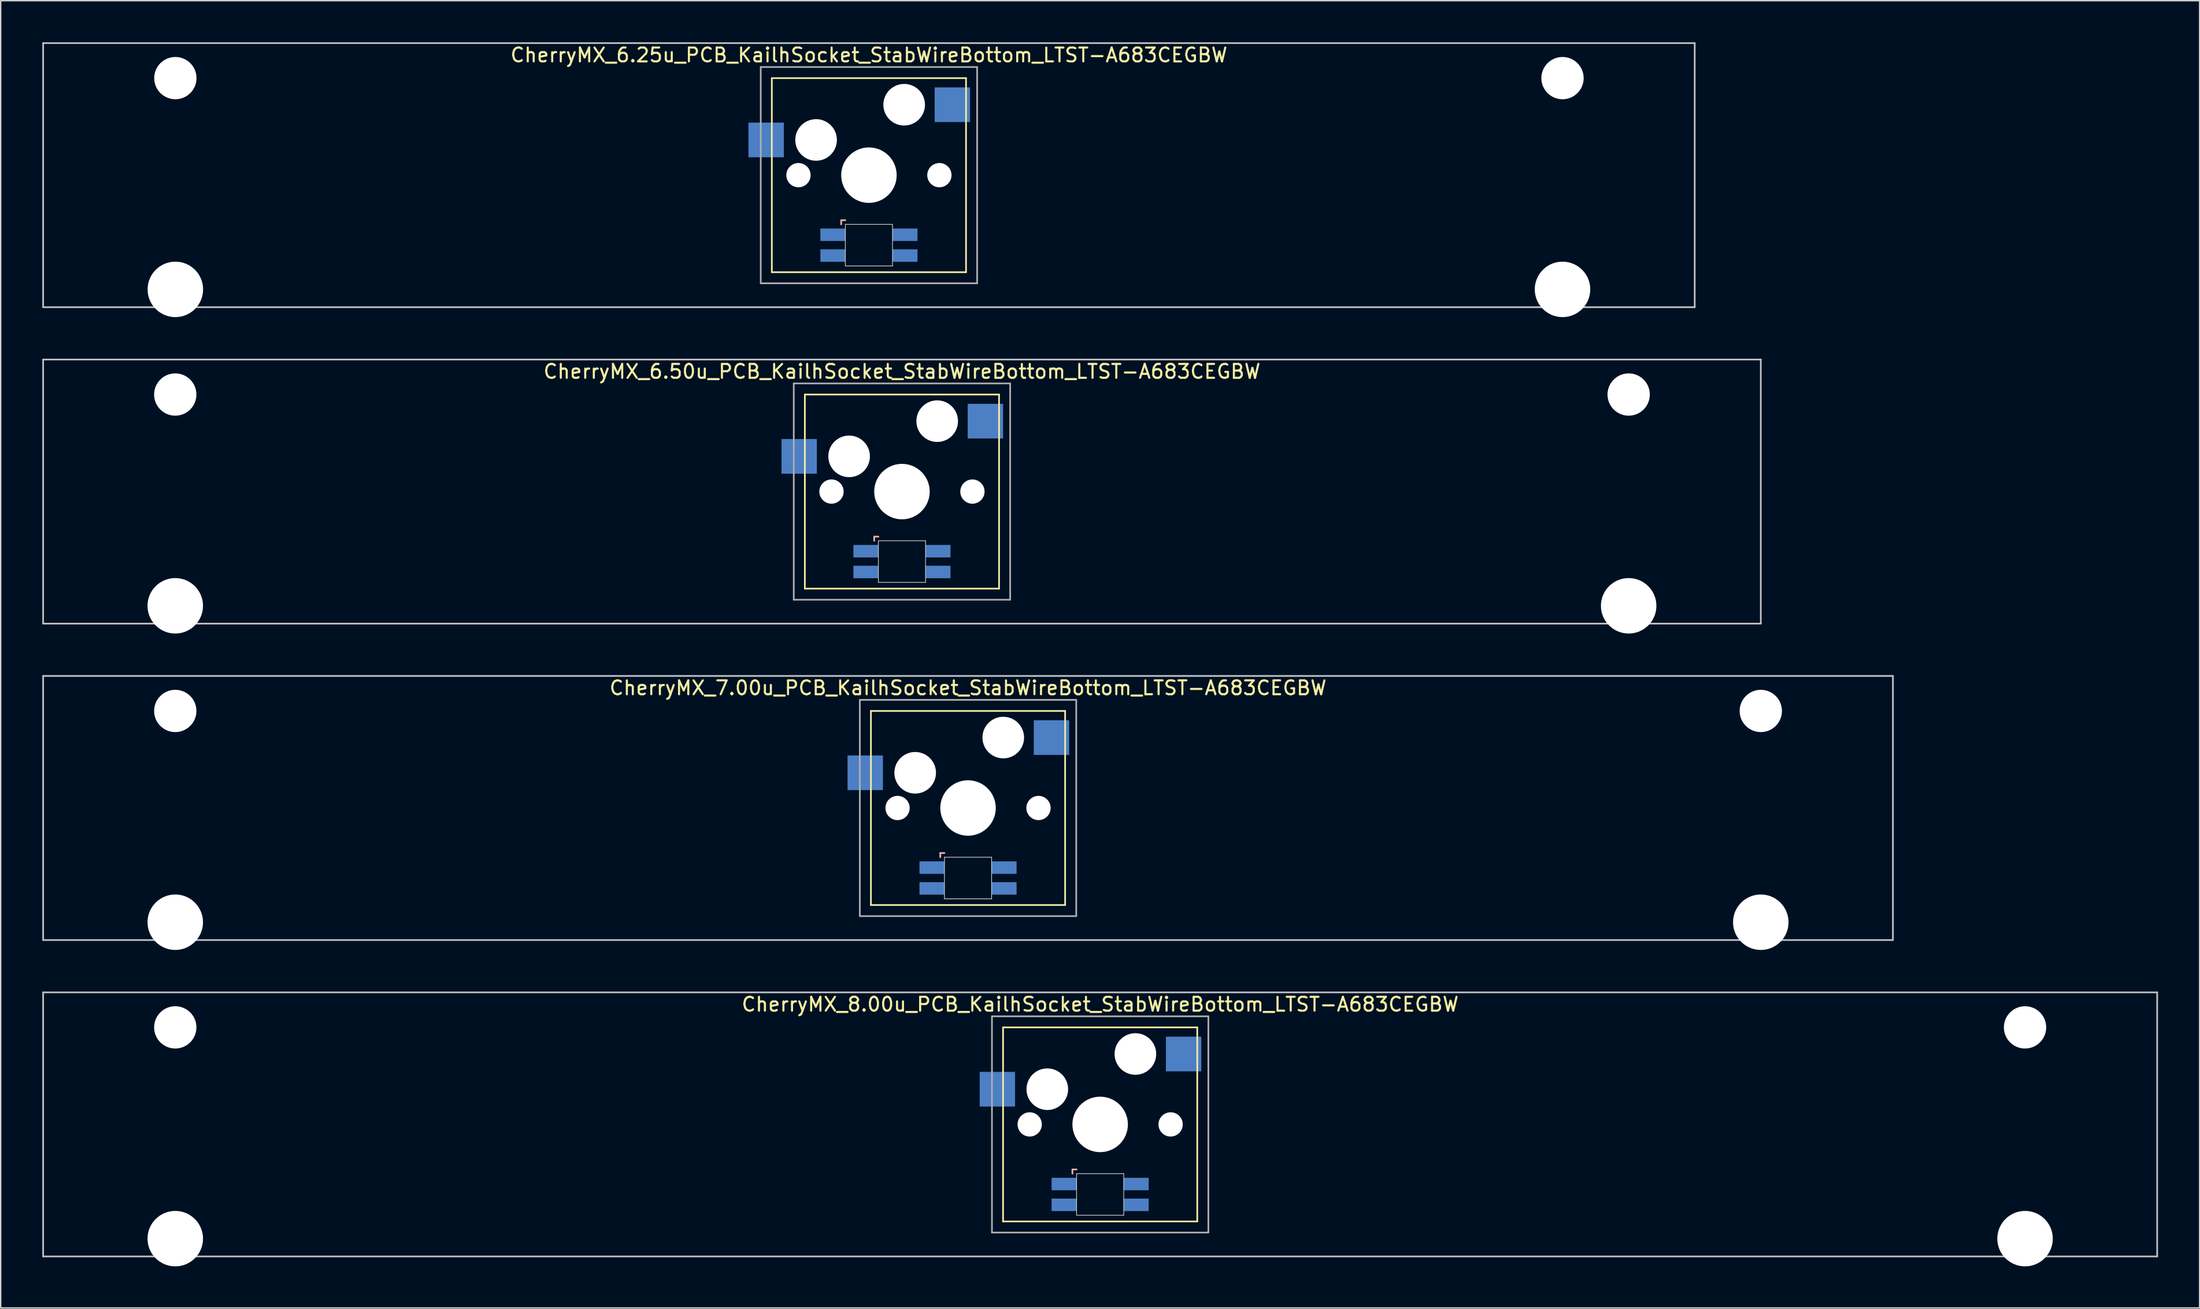
<source format=kicad_pcb>
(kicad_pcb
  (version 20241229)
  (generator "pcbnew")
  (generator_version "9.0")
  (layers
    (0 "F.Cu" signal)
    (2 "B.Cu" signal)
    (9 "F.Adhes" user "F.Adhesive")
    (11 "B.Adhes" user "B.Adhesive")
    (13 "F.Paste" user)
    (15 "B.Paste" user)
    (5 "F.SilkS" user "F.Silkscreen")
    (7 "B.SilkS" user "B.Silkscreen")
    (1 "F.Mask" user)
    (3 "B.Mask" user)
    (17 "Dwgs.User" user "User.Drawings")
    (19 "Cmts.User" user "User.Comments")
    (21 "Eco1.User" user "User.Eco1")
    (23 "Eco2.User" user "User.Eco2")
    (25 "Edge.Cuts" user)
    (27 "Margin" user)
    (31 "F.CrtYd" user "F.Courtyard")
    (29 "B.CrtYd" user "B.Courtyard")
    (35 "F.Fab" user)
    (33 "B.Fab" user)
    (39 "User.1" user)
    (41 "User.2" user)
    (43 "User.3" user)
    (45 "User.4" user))
  (footprint "CherryMX_8.00u_PCB_KailhSocket_StabWireBottom_LTST-A683CEGBW"
    (layer "F.Cu")
    (at 76.26 78.06)
    (property "Reference" "CherryMX_8.00u_PCB_KailhSocket_StabWireBottom_LTST-A683CEGBW" (at 0 -8.662 0) (layer "F.SilkS") (effects (font (size 1 1) (thickness 0.15))))
    (attr through_hole)
    (fp_line (start -7 -7) (end -7 7) (stroke (width 0.12) (type solid)) (layer "F.SilkS"))
    (fp_line (start -7 -7) (end 7 -7) (stroke (width 0.12) (type solid)) (layer "F.SilkS"))
    (fp_line (start 7 -7) (end 7 7) (stroke (width 0.12) (type solid)) (layer "F.SilkS"))
    (fp_line (start 7 7) (end -7 7) (stroke (width 0.12) (type solid)) (layer "F.SilkS"))
    (fp_line (start -2 3.25) (end -2 3.55) (stroke (width 0.12) (type solid)) (layer "B.SilkS"))
    (fp_line (start -1.7 3.25) (end -2 3.25) (stroke (width 0.12) (type solid)) (layer "B.SilkS"))
    (fp_line (start -76.2 -9.525) (end 76.2 -9.525) (stroke (width 0.12) (type solid)) (layer "Dwgs.User"))
    (fp_line (start -76.2 9.525) (end -76.2 -9.525) (stroke (width 0.12) (type solid)) (layer "Dwgs.User"))
    (fp_line (start 76.2 -9.525) (end 76.2 9.525) (stroke (width 0.12) (type solid)) (layer "Dwgs.User"))
    (fp_line (start 76.2 9.525) (end -76.2 9.525) (stroke (width 0.12) (type solid)) (layer "Dwgs.User"))
    (fp_line (start -1.7 3.55) (end 1.7 3.55) (stroke (width 0.05) (type solid)) (layer "Edge.Cuts"))
    (fp_line (start -1.7 6.55) (end -1.7 3.55) (stroke (width 0.05) (type solid)) (layer "Edge.Cuts"))
    (fp_line (start 1.7 3.55) (end 1.7 6.55) (stroke (width 0.05) (type solid)) (layer "Edge.Cuts"))
    (fp_line (start 1.7 6.55) (end -1.7 6.55) (stroke (width 0.05) (type solid)) (layer "Edge.Cuts"))
    (fp_line (start -7.8 -7.8) (end -7.8 7.8) (stroke (width 0.12) (type solid)) (layer "F.Fab"))
    (fp_line (start -7.8 -7.8) (end 7.8 -7.8) (stroke (width 0.12) (type solid)) (layer "F.Fab"))
    (fp_line (start -7.8 7.8) (end 7.8 7.8) (stroke (width 0.12) (type solid)) (layer "F.Fab"))
    (fp_line (start 7.8 -7.8) (end 7.8 7.8) (stroke (width 0.12) (type solid)) (layer "F.Fab"))
    (pad "" np_thru_hole circle (at -66.675 -7) (size 3.05 3.05) (drill 3.05) (layers "*.Cu" "*.Mask"))
    (pad "" np_thru_hole circle (at -66.675 8.24) (size 4 4) (drill 4) (layers "*.Cu" "*.Mask"))
    (pad "" np_thru_hole circle (at -5.08 0) (size 1.75 1.75) (drill 1.75) (layers "*.Cu" "*.Mask"))
    (pad "" np_thru_hole circle (at -3.81 -2.54) (size 3 3) (drill 3) (layers "*.Cu" "*.Mask"))
    (pad "" np_thru_hole circle (at 0 0) (size 4 4) (drill 4) (layers "*.Cu" "*.Mask"))
    (pad "" np_thru_hole circle (at 2.54 -5.08) (size 3 3) (drill 3) (layers "*.Cu" "*.Mask"))
    (pad "" np_thru_hole circle (at 5.08 0) (size 1.75 1.75) (drill 1.75) (layers "*.Cu" "*.Mask"))
    (pad "" np_thru_hole circle (at 66.675 -7) (size 3.05 3.05) (drill 3.05) (layers "*.Cu" "*.Mask"))
    (pad "" np_thru_hole circle (at 66.675 8.24) (size 4 4) (drill 4) (layers "*.Cu" "*.Mask"))
    (pad "1" smd rect (at -7.41 -2.54) (size 2.55 2.5) (layers "B.Cu" "B.Mask" "B.Paste"))
    (pad "2" smd rect (at 6.015 -5.08) (size 2.55 2.5) (layers "B.Cu" "B.Mask" "B.Paste"))
    (pad "3" smd rect (at -2.6 4.3) (size 1.8 0.9) (layers "B.Cu" "B.Mask" "B.Paste"))
    (pad "4" smd rect (at -2.6 5.8) (size 1.8 0.9) (layers "B.Cu" "B.Mask" "B.Paste"))
    (pad "5" smd rect (at 2.6 4.3) (size 1.8 0.9) (layers "B.Cu" "B.Mask" "B.Paste"))
    (pad "6" smd rect (at 2.6 5.8) (size 1.8 0.9) (layers "B.Cu" "B.Mask" "B.Paste")))
  (footprint "CherryMX_7.00u_PCB_KailhSocket_StabWireBottom_LTST-A683CEGBW"
    (layer "F.Cu")
    (at 66.735 55.235)
    (property "Reference" "CherryMX_7.00u_PCB_KailhSocket_StabWireBottom_LTST-A683CEGBW" (at 0 -8.662 0) (layer "F.SilkS") (effects (font (size 1 1) (thickness 0.15))))
    (attr through_hole)
    (fp_line (start -7 -7) (end -7 7) (stroke (width 0.12) (type solid)) (layer "F.SilkS"))
    (fp_line (start -7 -7) (end 7 -7) (stroke (width 0.12) (type solid)) (layer "F.SilkS"))
    (fp_line (start 7 -7) (end 7 7) (stroke (width 0.12) (type solid)) (layer "F.SilkS"))
    (fp_line (start 7 7) (end -7 7) (stroke (width 0.12) (type solid)) (layer "F.SilkS"))
    (fp_line (start -2 3.25) (end -2 3.55) (stroke (width 0.12) (type solid)) (layer "B.SilkS"))
    (fp_line (start -1.7 3.25) (end -2 3.25) (stroke (width 0.12) (type solid)) (layer "B.SilkS"))
    (fp_line (start -66.675 -9.525) (end 66.675 -9.525) (stroke (width 0.12) (type solid)) (layer "Dwgs.User"))
    (fp_line (start -66.675 9.525) (end -66.675 -9.525) (stroke (width 0.12) (type solid)) (layer "Dwgs.User"))
    (fp_line (start 66.675 -9.525) (end 66.675 9.525) (stroke (width 0.12) (type solid)) (layer "Dwgs.User"))
    (fp_line (start 66.675 9.525) (end -66.675 9.525) (stroke (width 0.12) (type solid)) (layer "Dwgs.User"))
    (fp_line (start -1.7 3.55) (end 1.7 3.55) (stroke (width 0.05) (type solid)) (layer "Edge.Cuts"))
    (fp_line (start -1.7 6.55) (end -1.7 3.55) (stroke (width 0.05) (type solid)) (layer "Edge.Cuts"))
    (fp_line (start 1.7 3.55) (end 1.7 6.55) (stroke (width 0.05) (type solid)) (layer "Edge.Cuts"))
    (fp_line (start 1.7 6.55) (end -1.7 6.55) (stroke (width 0.05) (type solid)) (layer "Edge.Cuts"))
    (fp_line (start -7.8 -7.8) (end -7.8 7.8) (stroke (width 0.12) (type solid)) (layer "F.Fab"))
    (fp_line (start -7.8 -7.8) (end 7.8 -7.8) (stroke (width 0.12) (type solid)) (layer "F.Fab"))
    (fp_line (start -7.8 7.8) (end 7.8 7.8) (stroke (width 0.12) (type solid)) (layer "F.Fab"))
    (fp_line (start 7.8 -7.8) (end 7.8 7.8) (stroke (width 0.12) (type solid)) (layer "F.Fab"))
    (pad "" np_thru_hole circle (at -57.15 -7) (size 3.05 3.05) (drill 3.05) (layers "*.Cu" "*.Mask"))
    (pad "" np_thru_hole circle (at -57.15 8.24) (size 4 4) (drill 4) (layers "*.Cu" "*.Mask"))
    (pad "" np_thru_hole circle (at -5.08 0) (size 1.75 1.75) (drill 1.75) (layers "*.Cu" "*.Mask"))
    (pad "" np_thru_hole circle (at -3.81 -2.54) (size 3 3) (drill 3) (layers "*.Cu" "*.Mask"))
    (pad "" np_thru_hole circle (at 0 0) (size 4 4) (drill 4) (layers "*.Cu" "*.Mask"))
    (pad "" np_thru_hole circle (at 2.54 -5.08) (size 3 3) (drill 3) (layers "*.Cu" "*.Mask"))
    (pad "" np_thru_hole circle (at 5.08 0) (size 1.75 1.75) (drill 1.75) (layers "*.Cu" "*.Mask"))
    (pad "" np_thru_hole circle (at 57.15 -7) (size 3.05 3.05) (drill 3.05) (layers "*.Cu" "*.Mask"))
    (pad "" np_thru_hole circle (at 57.15 8.24) (size 4 4) (drill 4) (layers "*.Cu" "*.Mask"))
    (pad "1" smd rect (at -7.41 -2.54) (size 2.55 2.5) (layers "B.Cu" "B.Mask" "B.Paste"))
    (pad "2" smd rect (at 6.015 -5.08) (size 2.55 2.5) (layers "B.Cu" "B.Mask" "B.Paste"))
    (pad "3" smd rect (at -2.6 4.3) (size 1.8 0.9) (layers "B.Cu" "B.Mask" "B.Paste"))
    (pad "4" smd rect (at -2.6 5.8) (size 1.8 0.9) (layers "B.Cu" "B.Mask" "B.Paste"))
    (pad "5" smd rect (at 2.6 4.3) (size 1.8 0.9) (layers "B.Cu" "B.Mask" "B.Paste"))
    (pad "6" smd rect (at 2.6 5.8) (size 1.8 0.9) (layers "B.Cu" "B.Mask" "B.Paste")))
  (footprint "CherryMX_6.50u_PCB_KailhSocket_StabWireBottom_LTST-A683CEGBW"
    (layer "F.Cu")
    (at 61.972 32.41)
    (property "Reference" "CherryMX_6.50u_PCB_KailhSocket_StabWireBottom_LTST-A683CEGBW" (at 0 -8.662 0) (layer "F.SilkS") (effects (font (size 1 1) (thickness 0.15))))
    (attr through_hole)
    (fp_line (start -7 -7) (end -7 7) (stroke (width 0.12) (type solid)) (layer "F.SilkS"))
    (fp_line (start -7 -7) (end 7 -7) (stroke (width 0.12) (type solid)) (layer "F.SilkS"))
    (fp_line (start 7 -7) (end 7 7) (stroke (width 0.12) (type solid)) (layer "F.SilkS"))
    (fp_line (start 7 7) (end -7 7) (stroke (width 0.12) (type solid)) (layer "F.SilkS"))
    (fp_line (start -2 3.25) (end -2 3.55) (stroke (width 0.12) (type solid)) (layer "B.SilkS"))
    (fp_line (start -1.7 3.25) (end -2 3.25) (stroke (width 0.12) (type solid)) (layer "B.SilkS"))
    (fp_line (start -61.913 -9.525) (end 61.913 -9.525) (stroke (width 0.12) (type solid)) (layer "Dwgs.User"))
    (fp_line (start -61.913 9.525) (end -61.913 -9.525) (stroke (width 0.12) (type solid)) (layer "Dwgs.User"))
    (fp_line (start 61.913 -9.525) (end 61.913 9.525) (stroke (width 0.12) (type solid)) (layer "Dwgs.User"))
    (fp_line (start 61.913 9.525) (end -61.913 9.525) (stroke (width 0.12) (type solid)) (layer "Dwgs.User"))
    (fp_line (start -1.7 3.55) (end 1.7 3.55) (stroke (width 0.05) (type solid)) (layer "Edge.Cuts"))
    (fp_line (start -1.7 6.55) (end -1.7 3.55) (stroke (width 0.05) (type solid)) (layer "Edge.Cuts"))
    (fp_line (start 1.7 3.55) (end 1.7 6.55) (stroke (width 0.05) (type solid)) (layer "Edge.Cuts"))
    (fp_line (start 1.7 6.55) (end -1.7 6.55) (stroke (width 0.05) (type solid)) (layer "Edge.Cuts"))
    (fp_line (start -7.8 -7.8) (end -7.8 7.8) (stroke (width 0.12) (type solid)) (layer "F.Fab"))
    (fp_line (start -7.8 -7.8) (end 7.8 -7.8) (stroke (width 0.12) (type solid)) (layer "F.Fab"))
    (fp_line (start -7.8 7.8) (end 7.8 7.8) (stroke (width 0.12) (type solid)) (layer "F.Fab"))
    (fp_line (start 7.8 -7.8) (end 7.8 7.8) (stroke (width 0.12) (type solid)) (layer "F.Fab"))
    (pad "" np_thru_hole circle (at -52.388 -7) (size 3.05 3.05) (drill 3.05) (layers "*.Cu" "*.Mask"))
    (pad "" np_thru_hole circle (at -52.388 8.24) (size 4 4) (drill 4) (layers "*.Cu" "*.Mask"))
    (pad "" np_thru_hole circle (at -5.08 0) (size 1.75 1.75) (drill 1.75) (layers "*.Cu" "*.Mask"))
    (pad "" np_thru_hole circle (at -3.81 -2.54) (size 3 3) (drill 3) (layers "*.Cu" "*.Mask"))
    (pad "" np_thru_hole circle (at 0 0) (size 4 4) (drill 4) (layers "*.Cu" "*.Mask"))
    (pad "" np_thru_hole circle (at 2.54 -5.08) (size 3 3) (drill 3) (layers "*.Cu" "*.Mask"))
    (pad "" np_thru_hole circle (at 5.08 0) (size 1.75 1.75) (drill 1.75) (layers "*.Cu" "*.Mask"))
    (pad "" np_thru_hole circle (at 52.388 -7) (size 3.05 3.05) (drill 3.05) (layers "*.Cu" "*.Mask"))
    (pad "" np_thru_hole circle (at 52.388 8.24) (size 4 4) (drill 4) (layers "*.Cu" "*.Mask"))
    (pad "1" smd rect (at -7.41 -2.54) (size 2.55 2.5) (layers "B.Cu" "B.Mask" "B.Paste"))
    (pad "2" smd rect (at 6.015 -5.08) (size 2.55 2.5) (layers "B.Cu" "B.Mask" "B.Paste"))
    (pad "3" smd rect (at -2.6 4.3) (size 1.8 0.9) (layers "B.Cu" "B.Mask" "B.Paste"))
    (pad "4" smd rect (at -2.6 5.8) (size 1.8 0.9) (layers "B.Cu" "B.Mask" "B.Paste"))
    (pad "5" smd rect (at 2.6 4.3) (size 1.8 0.9) (layers "B.Cu" "B.Mask" "B.Paste"))
    (pad "6" smd rect (at 2.6 5.8) (size 1.8 0.9) (layers "B.Cu" "B.Mask" "B.Paste")))
  (footprint "CherryMX_6.25u_PCB_KailhSocket_StabWireBottom_LTST-A683CEGBW"
    (layer "F.Cu")
    (at 59.591 9.585)
    (property "Reference" "CherryMX_6.25u_PCB_KailhSocket_StabWireBottom_LTST-A683CEGBW" (at 0 -8.662 0) (layer "F.SilkS") (effects (font (size 1 1) (thickness 0.15))))
    (attr through_hole)
    (fp_line (start -7 -7) (end -7 7) (stroke (width 0.12) (type solid)) (layer "F.SilkS"))
    (fp_line (start -7 -7) (end 7 -7) (stroke (width 0.12) (type solid)) (layer "F.SilkS"))
    (fp_line (start 7 -7) (end 7 7) (stroke (width 0.12) (type solid)) (layer "F.SilkS"))
    (fp_line (start 7 7) (end -7 7) (stroke (width 0.12) (type solid)) (layer "F.SilkS"))
    (fp_line (start -2 3.25) (end -2 3.55) (stroke (width 0.12) (type solid)) (layer "B.SilkS"))
    (fp_line (start -1.7 3.25) (end -2 3.25) (stroke (width 0.12) (type solid)) (layer "B.SilkS"))
    (fp_line (start -59.531 -9.525) (end 59.531 -9.525) (stroke (width 0.12) (type solid)) (layer "Dwgs.User"))
    (fp_line (start -59.531 9.525) (end -59.531 -9.525) (stroke (width 0.12) (type solid)) (layer "Dwgs.User"))
    (fp_line (start 59.531 -9.525) (end 59.531 9.525) (stroke (width 0.12) (type solid)) (layer "Dwgs.User"))
    (fp_line (start 59.531 9.525) (end -59.531 9.525) (stroke (width 0.12) (type solid)) (layer "Dwgs.User"))
    (fp_line (start -1.7 3.55) (end 1.7 3.55) (stroke (width 0.05) (type solid)) (layer "Edge.Cuts"))
    (fp_line (start -1.7 6.55) (end -1.7 3.55) (stroke (width 0.05) (type solid)) (layer "Edge.Cuts"))
    (fp_line (start 1.7 3.55) (end 1.7 6.55) (stroke (width 0.05) (type solid)) (layer "Edge.Cuts"))
    (fp_line (start 1.7 6.55) (end -1.7 6.55) (stroke (width 0.05) (type solid)) (layer "Edge.Cuts"))
    (fp_line (start -7.8 -7.8) (end -7.8 7.8) (stroke (width 0.12) (type solid)) (layer "F.Fab"))
    (fp_line (start -7.8 -7.8) (end 7.8 -7.8) (stroke (width 0.12) (type solid)) (layer "F.Fab"))
    (fp_line (start -7.8 7.8) (end 7.8 7.8) (stroke (width 0.12) (type solid)) (layer "F.Fab"))
    (fp_line (start 7.8 -7.8) (end 7.8 7.8) (stroke (width 0.12) (type solid)) (layer "F.Fab"))
    (pad "" np_thru_hole circle (at -50 -7) (size 3.05 3.05) (drill 3.05) (layers "*.Cu" "*.Mask"))
    (pad "" np_thru_hole circle (at -50 8.24) (size 4 4) (drill 4) (layers "*.Cu" "*.Mask"))
    (pad "" np_thru_hole circle (at -5.08 0) (size 1.75 1.75) (drill 1.75) (layers "*.Cu" "*.Mask"))
    (pad "" np_thru_hole circle (at -3.81 -2.54) (size 3 3) (drill 3) (layers "*.Cu" "*.Mask"))
    (pad "" np_thru_hole circle (at 0 0) (size 4 4) (drill 4) (layers "*.Cu" "*.Mask"))
    (pad "" np_thru_hole circle (at 2.54 -5.08) (size 3 3) (drill 3) (layers "*.Cu" "*.Mask"))
    (pad "" np_thru_hole circle (at 5.08 0) (size 1.75 1.75) (drill 1.75) (layers "*.Cu" "*.Mask"))
    (pad "" np_thru_hole circle (at 50 -7) (size 3.05 3.05) (drill 3.05) (layers "*.Cu" "*.Mask"))
    (pad "" np_thru_hole circle (at 50 8.24) (size 4 4) (drill 4) (layers "*.Cu" "*.Mask"))
    (pad "1" smd rect (at -7.41 -2.54) (size 2.55 2.5) (layers "B.Cu" "B.Mask" "B.Paste"))
    (pad "2" smd rect (at 6.015 -5.08) (size 2.55 2.5) (layers "B.Cu" "B.Mask" "B.Paste"))
    (pad "3" smd rect (at -2.6 4.3) (size 1.8 0.9) (layers "B.Cu" "B.Mask" "B.Paste"))
    (pad "4" smd rect (at -2.6 5.8) (size 1.8 0.9) (layers "B.Cu" "B.Mask" "B.Paste"))
    (pad "5" smd rect (at 2.6 4.3) (size 1.8 0.9) (layers "B.Cu" "B.Mask" "B.Paste"))
    (pad "6" smd rect (at 2.6 5.8) (size 1.8 0.9) (layers "B.Cu" "B.Mask" "B.Paste")))
  (gr_rect
    (start -3 -3)
    (end 155.52 91.3)
    (stroke (width 0.1) (type default))
    (fill no)
    (layer "Edge.Cuts")))
</source>
